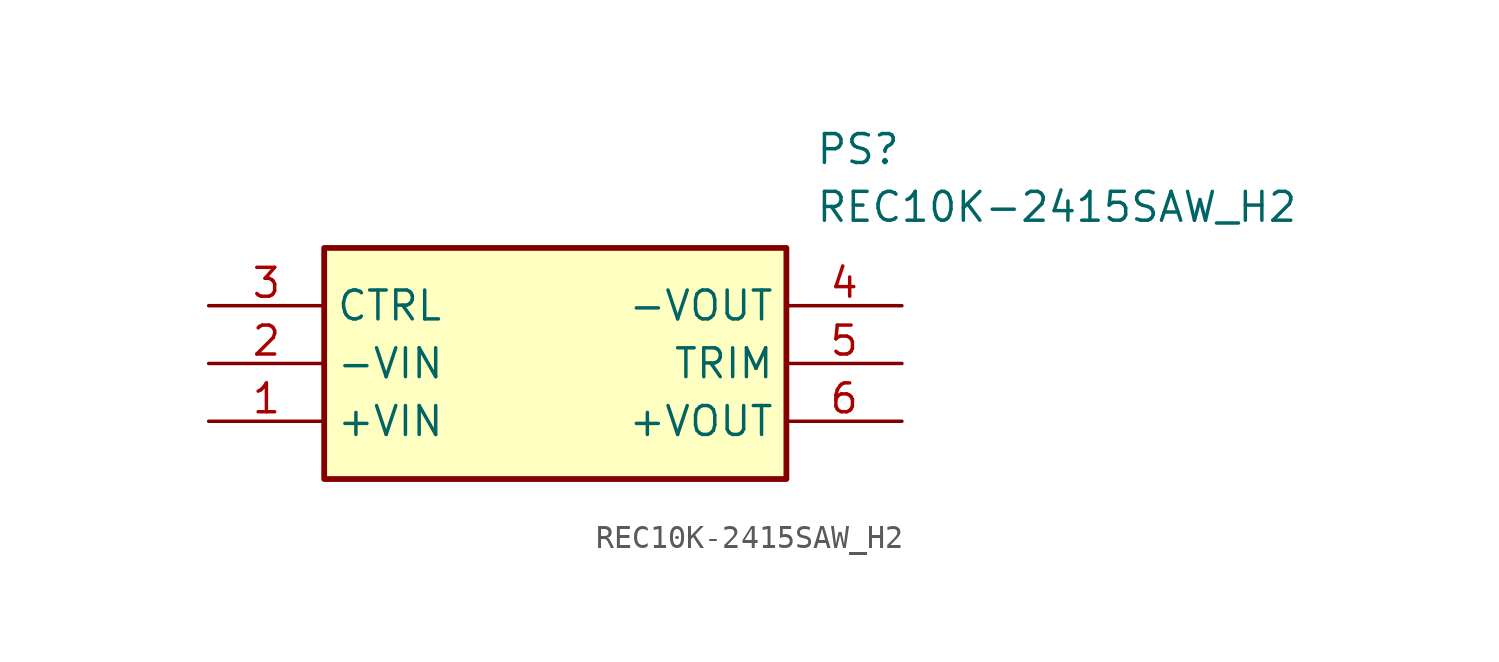
<source format=kicad_sym>
(kicad_symbol_lib
  (version 20211014)
  (generator SamacSys_ECAD_Model)
  (symbol "REC10K-2415SAW_H2"
    (property "Reference" "PS"
      (at 26.67 7.62 0)
      (effects (font (size 1.27 1.27)) (justify left top)))
    (property "Value" "REC10K-2415SAW_H2"
      (at 26.67 5.08 0)
      (effects (font (size 1.27 1.27)) (justify left top)))
    (rectangle
      (start 5.08 2.54)
      (end 25.4 -7.62)
      (stroke (width 0.254) (type default))
      (fill (type background)))
    (pin passive line
      (at 0 -5.08 0)
      (length 5.08)
      (name "+VIN" (effects (font (size 1.27 1.27))))
      (number "1" (effects (font (size 1.27 1.27)))))
    (pin passive line
      (at 0 -2.54 0)
      (length 5.08)
      (name "-VIN" (effects (font (size 1.27 1.27))))
      (number "2" (effects (font (size 1.27 1.27)))))
    (pin passive line
      (at 0 0 0)
      (length 5.08)
      (name "CTRL" (effects (font (size 1.27 1.27))))
      (number "3" (effects (font (size 1.27 1.27)))))
    (pin passive line
      (at 30.48 0 180)
      (length 5.08)
      (name "-VOUT" (effects (font (size 1.27 1.27))))
      (number "4" (effects (font (size 1.27 1.27)))))
    (pin passive line
      (at 30.48 -2.54 180)
      (length 5.08)
      (name "TRIM" (effects (font (size 1.27 1.27))))
      (number "5" (effects (font (size 1.27 1.27)))))
    (pin passive line
      (at 30.48 -5.08 180)
      (length 5.08)
      (name "+VOUT" (effects (font (size 1.27 1.27))))
      (number "6" (effects (font (size 1.27 1.27)))))))
</source>
